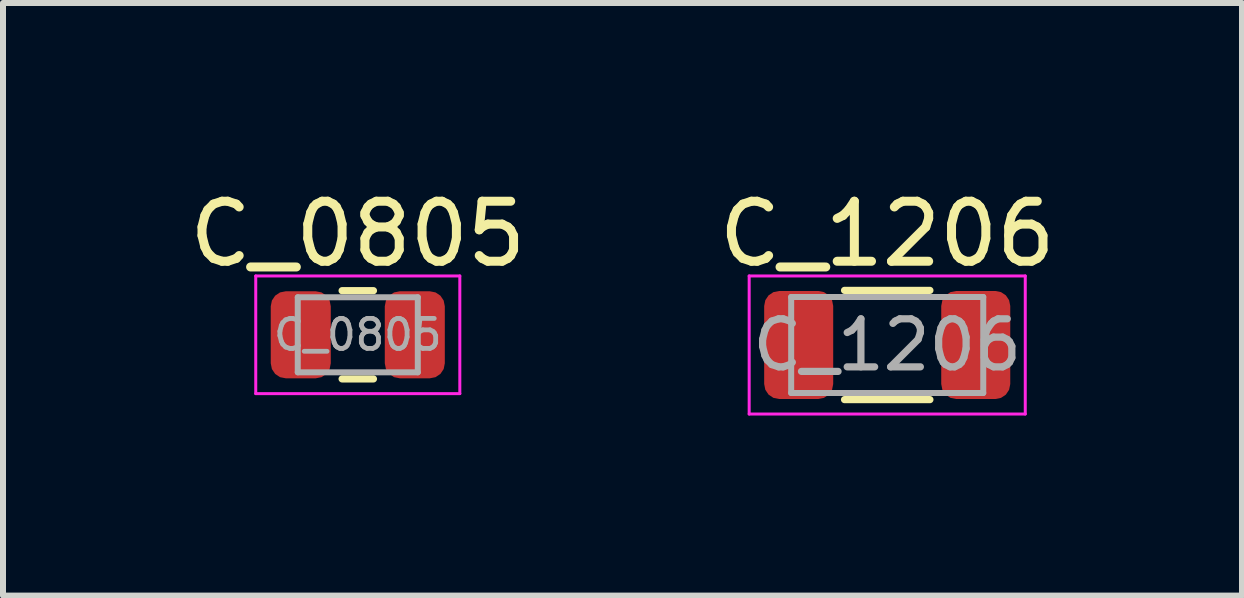
<source format=kicad_pcb>
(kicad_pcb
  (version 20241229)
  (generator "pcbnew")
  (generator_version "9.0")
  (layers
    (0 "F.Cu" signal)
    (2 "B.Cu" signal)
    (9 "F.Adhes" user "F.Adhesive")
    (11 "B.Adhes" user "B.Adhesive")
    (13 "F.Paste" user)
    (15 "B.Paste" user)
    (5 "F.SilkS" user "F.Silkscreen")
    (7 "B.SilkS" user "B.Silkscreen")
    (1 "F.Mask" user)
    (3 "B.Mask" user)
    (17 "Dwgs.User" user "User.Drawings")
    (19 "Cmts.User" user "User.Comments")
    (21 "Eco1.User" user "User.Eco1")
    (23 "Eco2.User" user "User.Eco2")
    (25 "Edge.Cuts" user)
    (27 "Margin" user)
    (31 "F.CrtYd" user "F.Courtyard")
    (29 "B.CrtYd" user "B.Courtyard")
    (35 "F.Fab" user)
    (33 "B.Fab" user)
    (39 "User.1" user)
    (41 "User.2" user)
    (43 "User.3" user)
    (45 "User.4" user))
  (footprint "C_0805"
    (layer "F.Cu")
    (at 2.911 2.528)
    (property "Reference" "C_0805" (at 0 -1.68 0) (layer "F.SilkS") (effects (font (size 1 1) (thickness 0.15))))
    (attr smd)
    (fp_line (start -0.261 -0.735) (end 0.261 -0.735) (stroke (width 0.12) (type solid)) (layer "F.SilkS"))
    (fp_line (start -0.261 0.735) (end 0.261 0.735) (stroke (width 0.12) (type solid)) (layer "F.SilkS"))
    (fp_line (start -1.7 -0.98) (end 1.7 -0.98) (stroke (width 0.05) (type solid)) (layer "F.CrtYd"))
    (fp_line (start -1.7 0.98) (end -1.7 -0.98) (stroke (width 0.05) (type solid)) (layer "F.CrtYd"))
    (fp_line (start 1.7 -0.98) (end 1.7 0.98) (stroke (width 0.05) (type solid)) (layer "F.CrtYd"))
    (fp_line (start 1.7 0.98) (end -1.7 0.98) (stroke (width 0.05) (type solid)) (layer "F.CrtYd"))
    (fp_line (start -1 -0.625) (end 1 -0.625) (stroke (width 0.1) (type solid)) (layer "F.Fab"))
    (fp_line (start -1 0.625) (end -1 -0.625) (stroke (width 0.1) (type solid)) (layer "F.Fab"))
    (fp_line (start 1 -0.625) (end 1 0.625) (stroke (width 0.1) (type solid)) (layer "F.Fab"))
    (fp_line (start 1 0.625) (end -1 0.625) (stroke (width 0.1) (type solid)) (layer "F.Fab"))
    (fp_text user "${REFERENCE}" (at 0 0 0) (layer "F.Fab") (effects (font (size 0.5 0.5) (thickness 0.08))))
    (pad "1" smd roundrect (at -0.95 0) (size 1 1.45) (layers "F.Cu" "F.Mask" "F.Paste") (roundrect_rratio 0.25))
    (pad "2" smd roundrect (at 0.95 0) (size 1 1.45) (layers "F.Cu" "F.Mask" "F.Paste") (roundrect_rratio 0.25)))
  (footprint "C_1206"
    (layer "F.Cu")
    (at 11.732 2.698)
    (property "Reference" "C_1206" (at 0 -1.85 0) (layer "F.SilkS") (effects (font (size 1 1) (thickness 0.15))))
    (attr smd)
    (fp_line (start -0.711 -0.91) (end 0.711 -0.91) (stroke (width 0.12) (type solid)) (layer "F.SilkS"))
    (fp_line (start -0.711 0.91) (end 0.711 0.91) (stroke (width 0.12) (type solid)) (layer "F.SilkS"))
    (fp_line (start -2.3 -1.15) (end 2.3 -1.15) (stroke (width 0.05) (type solid)) (layer "F.CrtYd"))
    (fp_line (start -2.3 1.15) (end -2.3 -1.15) (stroke (width 0.05) (type solid)) (layer "F.CrtYd"))
    (fp_line (start 2.3 -1.15) (end 2.3 1.15) (stroke (width 0.05) (type solid)) (layer "F.CrtYd"))
    (fp_line (start 2.3 1.15) (end -2.3 1.15) (stroke (width 0.05) (type solid)) (layer "F.CrtYd"))
    (fp_line (start -1.6 -0.8) (end 1.6 -0.8) (stroke (width 0.1) (type solid)) (layer "F.Fab"))
    (fp_line (start -1.6 0.8) (end -1.6 -0.8) (stroke (width 0.1) (type solid)) (layer "F.Fab"))
    (fp_line (start 1.6 -0.8) (end 1.6 0.8) (stroke (width 0.1) (type solid)) (layer "F.Fab"))
    (fp_line (start 1.6 0.8) (end -1.6 0.8) (stroke (width 0.1) (type solid)) (layer "F.Fab"))
    (fp_text user "${REFERENCE}" (at 0 0 0) (layer "F.Fab") (effects (font (size 0.8 0.8) (thickness 0.12))))
    (pad "1" smd roundrect (at -1.475 0) (size 1.15 1.8) (layers "F.Cu" "F.Mask" "F.Paste") (roundrect_rratio 0.217))
    (pad "2" smd roundrect (at 1.475 0) (size 1.15 1.8) (layers "F.Cu" "F.Mask" "F.Paste") (roundrect_rratio 0.217)))
  (gr_rect
    (start -3 -3)
    (end 17.643 6.873)
    (stroke (width 0.1) (type default))
    (fill no)
    (layer "Edge.Cuts")))
</source>
